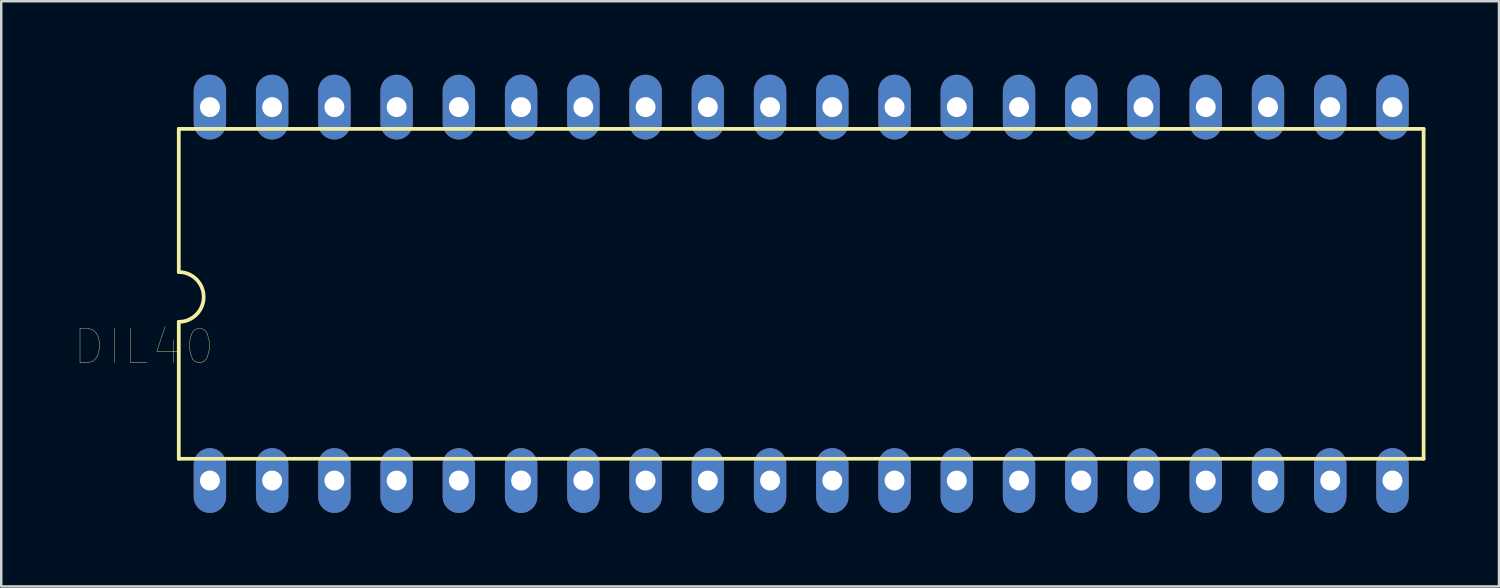
<source format=kicad_pcb>
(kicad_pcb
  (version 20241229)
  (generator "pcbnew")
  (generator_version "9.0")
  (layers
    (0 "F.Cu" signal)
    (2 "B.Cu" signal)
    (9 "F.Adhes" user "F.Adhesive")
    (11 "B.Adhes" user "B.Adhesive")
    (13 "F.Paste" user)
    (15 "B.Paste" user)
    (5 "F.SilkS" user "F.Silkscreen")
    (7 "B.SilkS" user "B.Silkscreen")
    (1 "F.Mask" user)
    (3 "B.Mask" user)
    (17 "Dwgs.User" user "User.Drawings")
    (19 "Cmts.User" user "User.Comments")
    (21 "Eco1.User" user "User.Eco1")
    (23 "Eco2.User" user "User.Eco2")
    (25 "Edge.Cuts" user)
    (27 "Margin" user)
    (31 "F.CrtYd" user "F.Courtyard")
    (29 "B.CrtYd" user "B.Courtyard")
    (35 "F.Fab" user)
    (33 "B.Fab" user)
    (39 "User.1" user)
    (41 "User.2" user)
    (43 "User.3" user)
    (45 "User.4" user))
  (footprint "DIL40"
    (layer "F.Cu")
    (at 29.646 8.941)
    (property "Reference" "DIL40" (at -26.827 2.161 180) (layer "F.SilkS") (effects (font (size 1.402 1.402) (thickness 0.015))))
    (attr through_hole)
    (fp_line (start -25.4 -6.731) (end -25.4 -0.889) (stroke (width 0.152) (type solid)) (layer "F.SilkS"))
    (fp_line (start -25.4 6.731) (end -25.4 1.143) (stroke (width 0.152) (type solid)) (layer "F.SilkS"))
    (fp_line (start -25.4 6.731) (end 25.4 6.731) (stroke (width 0.152) (type solid)) (layer "F.SilkS"))
    (fp_line (start 25.4 -6.731) (end -25.4 -6.731) (stroke (width 0.152) (type solid)) (layer "F.SilkS"))
    (fp_line (start 25.4 -6.731) (end 25.4 6.731) (stroke (width 0.152) (type solid)) (layer "F.SilkS"))
    (fp_arc (start -25.4 -0.889) (mid -24.384 0.127) (end -25.4 1.143) (stroke (width 0.1524) (type solid)) (layer "F.SilkS"))
    (pad "1" thru_hole oval (at -24.13 7.62) (size 1.321 2.642) (drill 0.813) (layers "*.Cu" "*.Mask"))
    (pad "2" thru_hole oval (at -21.59 7.62) (size 1.321 2.642) (drill 0.813) (layers "*.Cu" "*.Mask"))
    (pad "3" thru_hole oval (at -19.05 7.62) (size 1.321 2.642) (drill 0.813) (layers "*.Cu" "*.Mask"))
    (pad "4" thru_hole oval (at -16.51 7.62) (size 1.321 2.642) (drill 0.813) (layers "*.Cu" "*.Mask"))
    (pad "5" thru_hole oval (at -13.97 7.62) (size 1.321 2.642) (drill 0.813) (layers "*.Cu" "*.Mask"))
    (pad "6" thru_hole oval (at -11.43 7.62) (size 1.321 2.642) (drill 0.813) (layers "*.Cu" "*.Mask"))
    (pad "7" thru_hole oval (at -8.89 7.62) (size 1.321 2.642) (drill 0.813) (layers "*.Cu" "*.Mask"))
    (pad "8" thru_hole oval (at -6.35 7.62) (size 1.321 2.642) (drill 0.813) (layers "*.Cu" "*.Mask"))
    (pad "9" thru_hole oval (at -3.81 7.62) (size 1.321 2.642) (drill 0.813) (layers "*.Cu" "*.Mask"))
    (pad "10" thru_hole oval (at -1.27 7.62) (size 1.321 2.642) (drill 0.813) (layers "*.Cu" "*.Mask"))
    (pad "11" thru_hole oval (at 1.27 7.62) (size 1.321 2.642) (drill 0.813) (layers "*.Cu" "*.Mask"))
    (pad "12" thru_hole oval (at 3.81 7.62) (size 1.321 2.642) (drill 0.813) (layers "*.Cu" "*.Mask"))
    (pad "13" thru_hole oval (at 6.35 7.62) (size 1.321 2.642) (drill 0.813) (layers "*.Cu" "*.Mask"))
    (pad "14" thru_hole oval (at 8.89 7.62) (size 1.321 2.642) (drill 0.813) (layers "*.Cu" "*.Mask"))
    (pad "15" thru_hole oval (at 11.43 7.62) (size 1.321 2.642) (drill 0.813) (layers "*.Cu" "*.Mask"))
    (pad "16" thru_hole oval (at 13.97 7.62) (size 1.321 2.642) (drill 0.813) (layers "*.Cu" "*.Mask"))
    (pad "17" thru_hole oval (at 16.51 7.62) (size 1.321 2.642) (drill 0.813) (layers "*.Cu" "*.Mask"))
    (pad "18" thru_hole oval (at 19.05 7.62) (size 1.321 2.642) (drill 0.813) (layers "*.Cu" "*.Mask"))
    (pad "19" thru_hole oval (at 21.59 7.62) (size 1.321 2.642) (drill 0.813) (layers "*.Cu" "*.Mask"))
    (pad "20" thru_hole oval (at 24.13 7.62) (size 1.321 2.642) (drill 0.813) (layers "*.Cu" "*.Mask"))
    (pad "21" thru_hole oval (at 24.13 -7.62) (size 1.321 2.642) (drill 0.813) (layers "*.Cu" "*.Mask"))
    (pad "22" thru_hole oval (at 21.59 -7.62) (size 1.321 2.642) (drill 0.813) (layers "*.Cu" "*.Mask"))
    (pad "23" thru_hole oval (at 19.05 -7.62) (size 1.321 2.642) (drill 0.813) (layers "*.Cu" "*.Mask"))
    (pad "24" thru_hole oval (at 16.51 -7.62) (size 1.321 2.642) (drill 0.813) (layers "*.Cu" "*.Mask"))
    (pad "25" thru_hole oval (at 13.97 -7.62) (size 1.321 2.642) (drill 0.813) (layers "*.Cu" "*.Mask"))
    (pad "26" thru_hole oval (at 11.43 -7.62) (size 1.321 2.642) (drill 0.813) (layers "*.Cu" "*.Mask"))
    (pad "27" thru_hole oval (at 8.89 -7.62) (size 1.321 2.642) (drill 0.813) (layers "*.Cu" "*.Mask"))
    (pad "28" thru_hole oval (at 6.35 -7.62) (size 1.321 2.642) (drill 0.813) (layers "*.Cu" "*.Mask"))
    (pad "29" thru_hole oval (at 3.81 -7.62) (size 1.321 2.642) (drill 0.813) (layers "*.Cu" "*.Mask"))
    (pad "30" thru_hole oval (at 1.27 -7.62) (size 1.321 2.642) (drill 0.813) (layers "*.Cu" "*.Mask"))
    (pad "31" thru_hole oval (at -1.27 -7.62) (size 1.321 2.642) (drill 0.813) (layers "*.Cu" "*.Mask"))
    (pad "32" thru_hole oval (at -3.81 -7.62) (size 1.321 2.642) (drill 0.813) (layers "*.Cu" "*.Mask"))
    (pad "33" thru_hole oval (at -6.35 -7.62) (size 1.321 2.642) (drill 0.813) (layers "*.Cu" "*.Mask"))
    (pad "34" thru_hole oval (at -8.89 -7.62) (size 1.321 2.642) (drill 0.813) (layers "*.Cu" "*.Mask"))
    (pad "35" thru_hole oval (at -11.43 -7.62) (size 1.321 2.642) (drill 0.813) (layers "*.Cu" "*.Mask"))
    (pad "36" thru_hole oval (at -13.97 -7.62) (size 1.321 2.642) (drill 0.813) (layers "*.Cu" "*.Mask"))
    (pad "37" thru_hole oval (at -16.51 -7.62) (size 1.321 2.642) (drill 0.813) (layers "*.Cu" "*.Mask"))
    (pad "38" thru_hole oval (at -19.05 -7.62) (size 1.321 2.642) (drill 0.813) (layers "*.Cu" "*.Mask"))
    (pad "39" thru_hole oval (at -21.59 -7.62) (size 1.321 2.642) (drill 0.813) (layers "*.Cu" "*.Mask"))
    (pad "40" thru_hole oval (at -24.13 -7.62) (size 1.321 2.642) (drill 0.813) (layers "*.Cu" "*.Mask")))
  (gr_rect
    (start -3 -3)
    (end 58.122 20.882)
    (stroke (width 0.1) (type default))
    (fill no)
    (layer "Edge.Cuts")))
</source>
